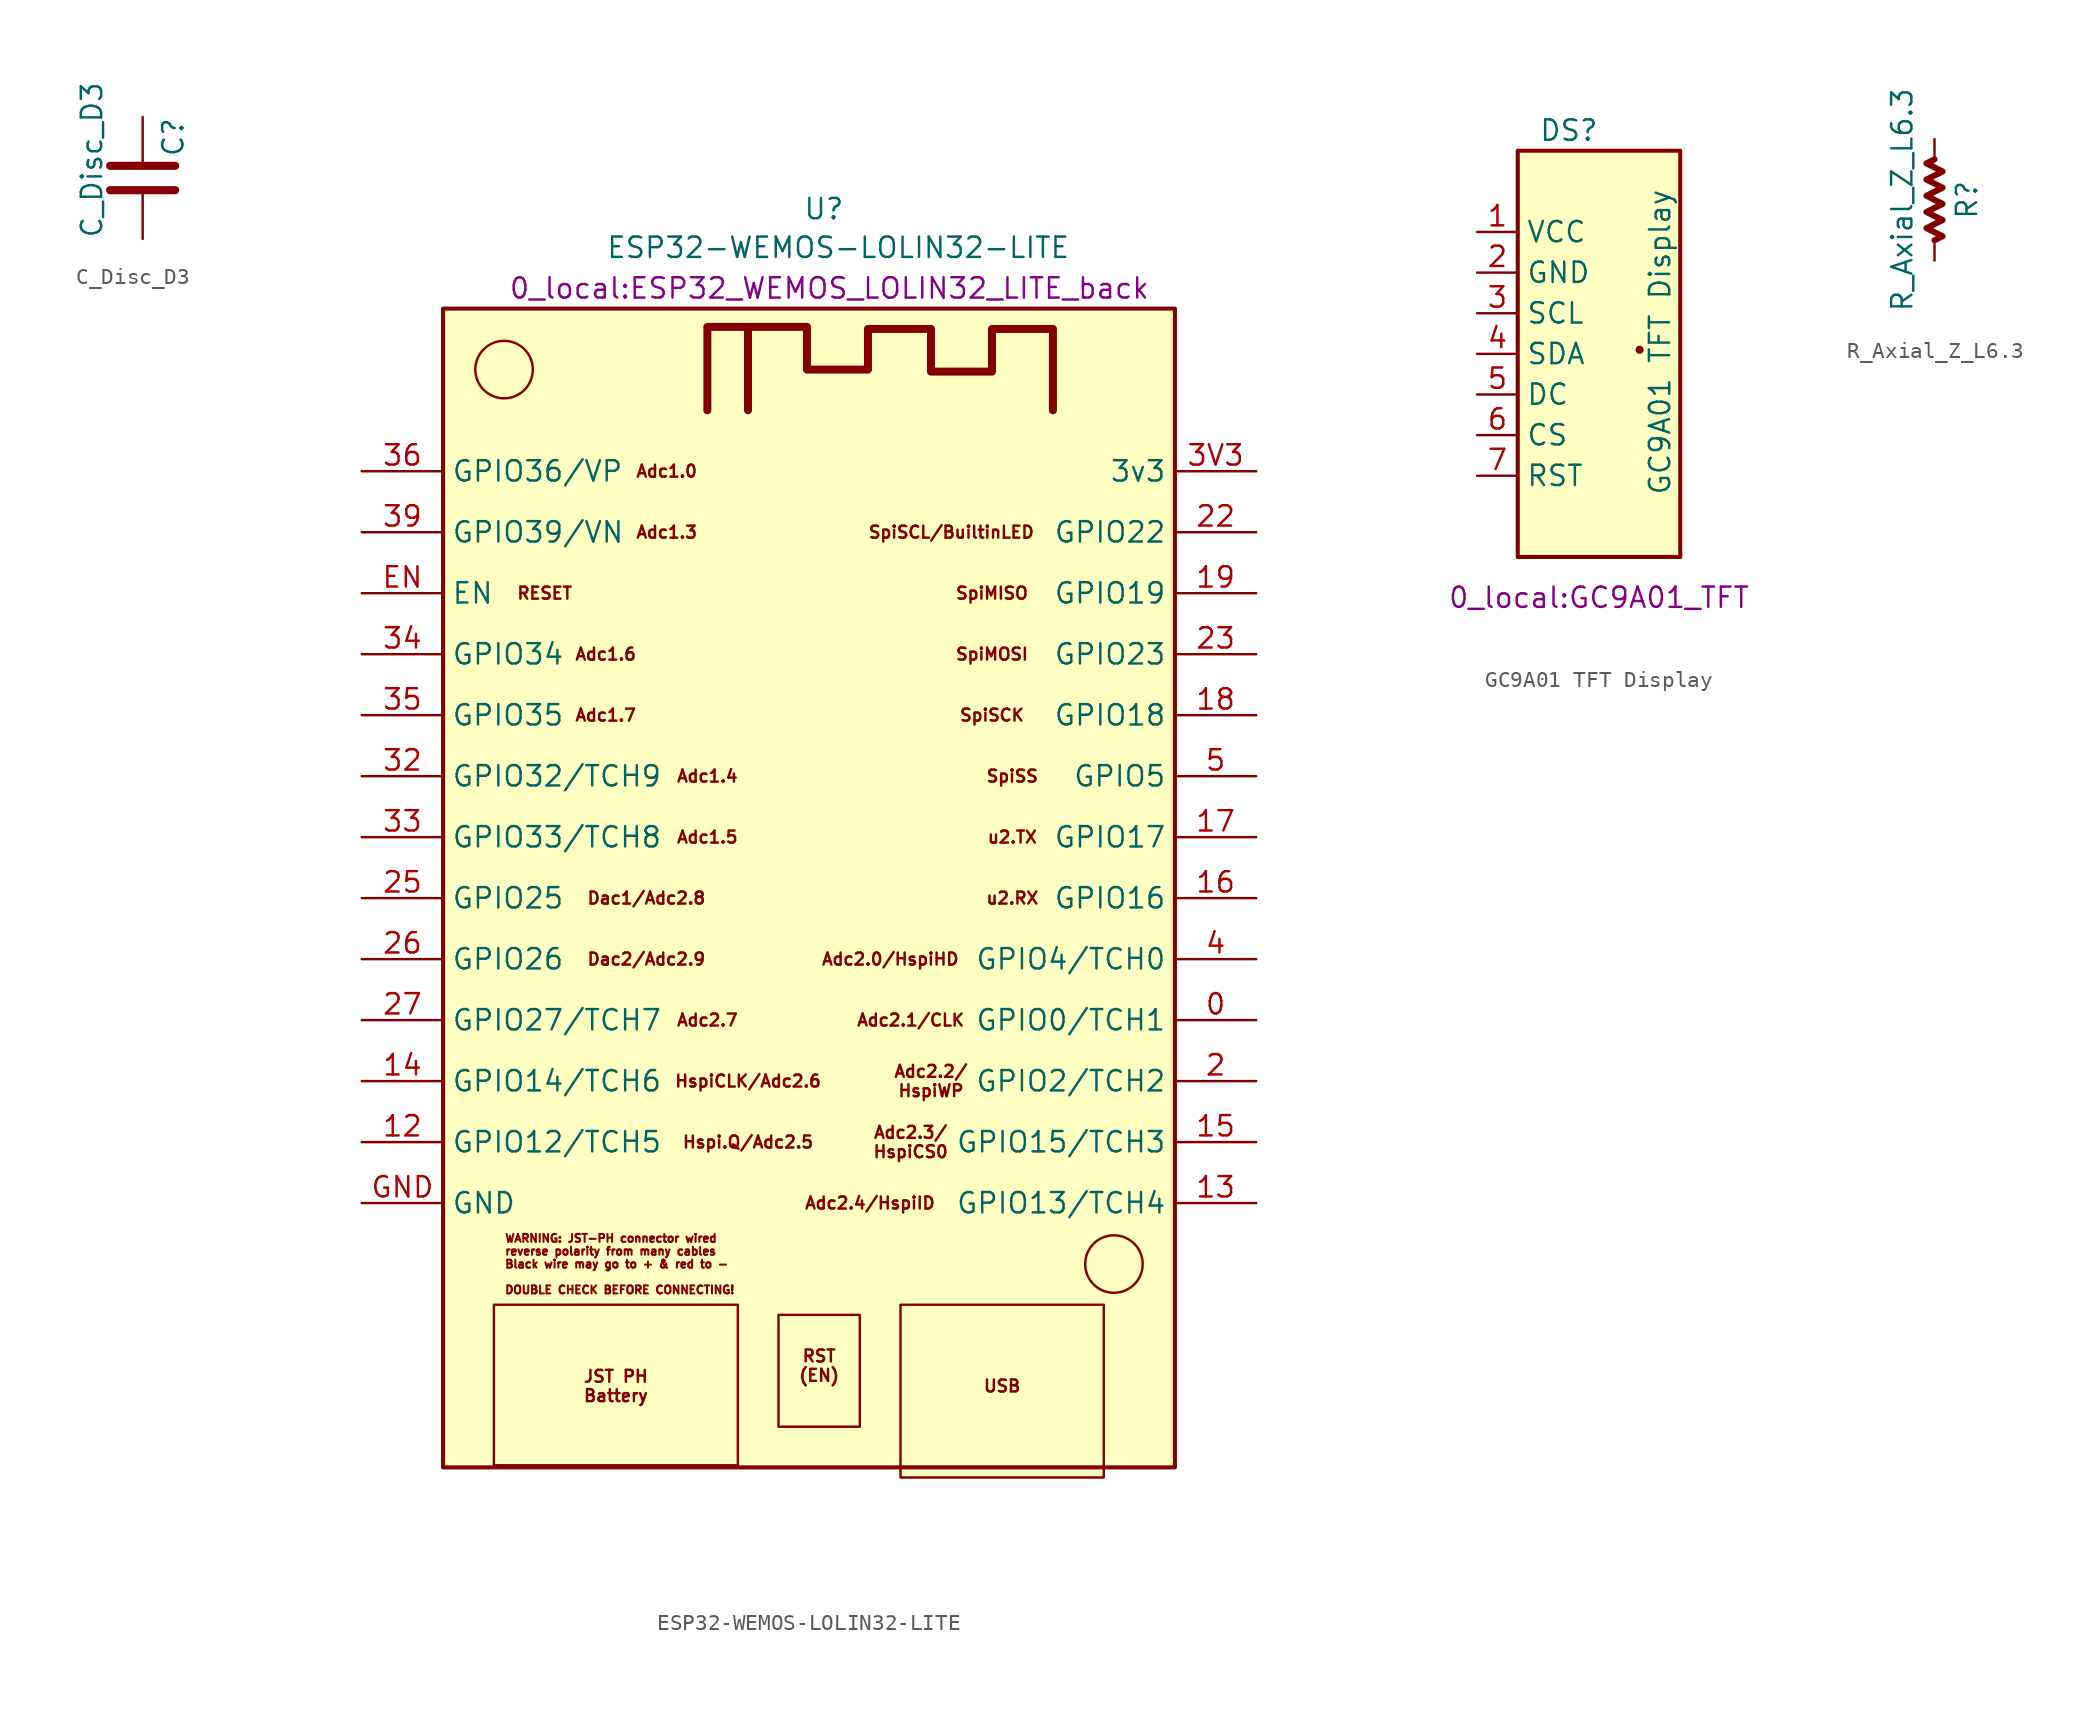
<source format=kicad_sym>
(kicad_symbol_lib
  (version 20220914)
  (generator kicad_symbol_editor)
  (symbol "C_Disc_D3"
    (pin_numbers hide)
    (pin_names
      (offset 0.254))
    (property "Reference" "C"
      (at 1.905 1.27 90)
      (effects (font (size 1.27 1.27)) (justify left)))
    (property "Value" "C_Disc_D3"
      (at -3.175 -3.81 90)
      (effects (font (size 1.27 1.27)) (justify left)))
    (symbol "C_Disc_D3_0_1"
      (polyline (pts (xy -2.032 -0.762) (xy 2.032 -0.762)) (stroke (width 0.508) (type default)) (fill (type none)))
      (polyline (pts (xy -2.032 0.762) (xy 2.032 0.762)) (stroke (width 0.508) (type default)) (fill (type none))))
    (symbol "C_Disc_D3_1_1"
      (pin passive line (at 0 3.81 270) (length 2.794) (name "~" (effects (font (size 1.27 1.27)))) (number "1" (effects (font (size 1.27 1.27)))))
      (pin passive line (at 0 -3.81 90) (length 2.794) (name "~" (effects (font (size 1.27 1.27)))) (number "2" (effects (font (size 1.27 1.27)))))))
  (symbol "ESP32-WEMOS-LOLIN32-LITE"
    (property "Reference" "U"
      (at -0.381 43.053 0)
      (effects (font (size 1.27 1.27)) (justify left)))
    (property "Value" "ESP32-WEMOS-LOLIN32-LITE"
      (at -12.7 40.64 0)
      (effects (font (size 1.27 1.27)) (justify left)))
    (property "Footprint" "0_local:ESP32_WEMOS_LOLIN32_LITE_back"
      (at 1.27 38.1 0)
      (effects (font (size 1.27 1.27))))
    (symbol "ESP32-WEMOS-LOLIN32-LITE_0_0"
      (text "USB" (at 12.065 -30.48 0) (effects (font (size 0.75 0.75)))))
    (symbol "ESP32-WEMOS-LOLIN32-LITE_0_1"
      (rectangle (start -22.86 36.83) (end 22.86 -35.56) (stroke (width 0.254) (type default)) (fill (type background)))
      (rectangle (start -19.685 -25.4) (end -4.445 -35.433) (stroke (width 0.152) (type default)) (fill (type background)))
      (circle (center -19.05 33.02) (radius 1.796) (stroke (width 0) (type default)) (fill (type none)))
      (rectangle (start -1.905 -26.035) (end 3.175 -33.02) (stroke (width 0.152) (type default)) (fill (type background)))
      (polyline (pts (xy 15.24 30.48) (xy 15.24 35.56) (xy 11.43 35.56) (xy 11.43 32.893) (xy 7.62 32.893) (xy 7.62 35.56) (xy 3.683 35.56) (xy 3.683 33.02) (xy -0.127 33.02) (xy -0.127 35.687) (xy -6.35 35.687) (xy -6.35 30.48) (xy -6.35 35.687) (xy -3.81 35.687) (xy -3.81 30.48)) (stroke (width 0.5) (type default)) (fill (type none)))
      (rectangle (start 5.715 -25.4) (end 18.415 -36.195) (stroke (width 0.152) (type default)) (fill (type background)))
      (circle (center 19.05 -22.86) (radius 1.796) (stroke (width 0) (type default)) (fill (type none))))
    (symbol "ESP32-WEMOS-LOLIN32-LITE_1_0"
      (text "Adc1.0" (at -8.89 26.67 0) (effects (font (size 0.75 0.75))))
      (text "Adc1.3" (at -8.89 22.86 0) (effects (font (size 0.75 0.75))))
      (text "Adc1.4" (at -6.35 7.62 0) (effects (font (size 0.75 0.75))))
      (text "Adc1.5" (at -6.35 3.81 0) (effects (font (size 0.75 0.75))))
      (text "Adc1.6" (at -12.7 15.24 0) (effects (font (size 0.75 0.75))))
      (text "Adc1.7" (at -12.7 11.43 0) (effects (font (size 0.75 0.75))))
      (text "Adc2.0/HspiHD" (at 5.08 -3.81 0) (effects (font (size 0.75 0.75))))
      (text "Adc2.1/CLK" (at 6.35 -7.62 0) (effects (font (size 0.75 0.75))))
      (text "Adc2.2/\nHspiWP" (at 7.62 -11.43 0) (effects (font (size 0.75 0.75))))
      (text "Adc2.3/\nHspiCS0" (at 6.35 -15.24 0) (effects (font (size 0.75 0.75))))
      (text "Adc2.4/HspiID" (at 3.81 -19.05 0) (effects (font (size 0.75 0.75))))
      (text "Adc2.7" (at -6.35 -7.62 0) (effects (font (size 0.75 0.75))))
      (text "Dac1/Adc2.8" (at -10.16 0 0) (effects (font (size 0.75 0.75))))
      (text "Dac2/Adc2.9" (at -10.16 -3.81 0) (effects (font (size 0.75 0.75))))
      (text "Hspi.Q/Adc2.5" (at -3.81 -15.24 0) (effects (font (size 0.75 0.75))))
      (text "HspiCLK/Adc2.6" (at -3.81 -11.43 0) (effects (font (size 0.75 0.75))))
      (text "JST PH\nBattery" (at -12.065 -30.48 0) (effects (font (size 0.75 0.75))))
      (text "RESET" (at -16.51 19.05 0) (effects (font (size 0.75 0.75))))
      (text "RST\n(EN)" (at 0.635 -29.21 0) (effects (font (size 0.75 0.75))))
      (text "SpiMISO" (at 11.43 19.05 0) (effects (font (size 0.75 0.75))))
      (text "SpiMOSI" (at 11.43 15.24 0) (effects (font (size 0.75 0.75))))
      (text "SpiSCK" (at 11.43 11.43 0) (effects (font (size 0.75 0.75))))
      (text "SpiSCL/BuiltinLED" (at 8.89 22.86 0) (effects (font (size 0.75 0.75))))
      (text "SpiSS" (at 12.7 7.62 0) (effects (font (size 0.75 0.75))))
      (text "u2.RX" (at 12.7 0 0) (effects (font (size 0.75 0.75))))
      (text "u2.TX" (at 12.7 3.81 0) (effects (font (size 0.75 0.75))))
      (text "WARNING: JST-PH connector wired\nreverse polarity from many cables\nBlack wire may go to + & red to -\n\nDOUBLE CHECK BEFORE CONNECTING!" (at -19.05 -22.86 0) (effects (font (size 0.5 0.5)) (justify left))))
    (symbol "ESP32-WEMOS-LOLIN32-LITE_1_1"
      (pin bidirectional line (at 27.94 -7.62 180) (length 5.08) (name "GPIO0/TCH1" (effects (font (size 1.27 1.27)))) (number "0" (effects (font (size 1.27 1.27)))))
      (pin bidirectional line (at -27.94 -15.24 0) (length 5.08) (name "GPIO12/TCH5" (effects (font (size 1.27 1.27)))) (number "12" (effects (font (size 1.27 1.27)))))
      (pin bidirectional line (at 27.94 -19.05 180) (length 5.08) (name "GPIO13/TCH4" (effects (font (size 1.27 1.27)))) (number "13" (effects (font (size 1.27 1.27)))))
      (pin bidirectional line (at -27.94 -11.43 0) (length 5.08) (name "GPIO14/TCH6" (effects (font (size 1.27 1.27)))) (number "14" (effects (font (size 1.27 1.27)))))
      (pin bidirectional line (at 27.94 -15.24 180) (length 5.08) (name "GPIO15/TCH3" (effects (font (size 1.27 1.27)))) (number "15" (effects (font (size 1.27 1.27)))))
      (pin bidirectional line (at 27.94 0 180) (length 5.08) (name "GPIO16" (effects (font (size 1.27 1.27)))) (number "16" (effects (font (size 1.27 1.27)))))
      (pin bidirectional line (at 27.94 3.81 180) (length 5.08) (name "GPIO17" (effects (font (size 1.27 1.27)))) (number "17" (effects (font (size 1.27 1.27)))))
      (pin bidirectional line (at 27.94 11.43 180) (length 5.08) (name "GPIO18" (effects (font (size 1.27 1.27)))) (number "18" (effects (font (size 1.27 1.27)))))
      (pin bidirectional line (at 27.94 19.05 180) (length 5.08) (name "GPIO19" (effects (font (size 1.27 1.27)))) (number "19" (effects (font (size 1.27 1.27)))))
      (pin bidirectional line (at 27.94 -11.43 180) (length 5.08) (name "GPIO2/TCH2" (effects (font (size 1.27 1.27)))) (number "2" (effects (font (size 1.27 1.27)))))
      (pin bidirectional line (at 27.94 22.86 180) (length 5.08) (name "GPIO22" (effects (font (size 1.27 1.27)))) (number "22" (effects (font (size 1.27 1.27)))))
      (pin bidirectional line (at 27.94 15.24 180) (length 5.08) (name "GPIO23" (effects (font (size 1.27 1.27)))) (number "23" (effects (font (size 1.27 1.27)))))
      (pin bidirectional line (at -27.94 0 0) (length 5.08) (name "GPIO25" (effects (font (size 1.27 1.27)))) (number "25" (effects (font (size 1.27 1.27)))))
      (pin bidirectional line (at -27.94 -3.81 0) (length 5.08) (name "GPIO26" (effects (font (size 1.27 1.27)))) (number "26" (effects (font (size 1.27 1.27)))))
      (pin bidirectional line (at -27.94 -7.62 0) (length 5.08) (name "GPIO27/TCH7" (effects (font (size 1.27 1.27)))) (number "27" (effects (font (size 1.27 1.27)))))
      (pin bidirectional line (at -27.94 7.62 0) (length 5.08) (name "GPIO32/TCH9" (effects (font (size 1.27 1.27)))) (number "32" (effects (font (size 1.27 1.27)))))
      (pin bidirectional line (at -27.94 3.81 0) (length 5.08) (name "GPIO33/TCH8" (effects (font (size 1.27 1.27)))) (number "33" (effects (font (size 1.27 1.27)))))
      (pin input line (at -27.94 15.24 0) (length 5.08) (name "GPIO34" (effects (font (size 1.27 1.27)))) (number "34" (effects (font (size 1.27 1.27)))))
      (pin input line (at -27.94 11.43 0) (length 5.08) (name "GPIO35" (effects (font (size 1.27 1.27)))) (number "35" (effects (font (size 1.27 1.27)))))
      (pin input line (at -27.94 26.67 0) (length 5.08) (name "GPIO36/VP" (effects (font (size 1.27 1.27)))) (number "36" (effects (font (size 1.27 1.27)))))
      (pin input line (at -27.94 22.86 0) (length 5.08) (name "GPIO39/VN" (effects (font (size 1.27 1.27)))) (number "39" (effects (font (size 1.27 1.27)))))
      (pin bidirectional line (at 27.94 26.67 180) (length 5.08) (name "3v3" (effects (font (size 1.27 1.27)))) (number "3V3" (effects (font (size 1.27 1.27)))))
      (pin bidirectional line (at 27.94 -3.81 180) (length 5.08) (name "GPIO4/TCH0" (effects (font (size 1.27 1.27)))) (number "4" (effects (font (size 1.27 1.27)))))
      (pin bidirectional line (at 27.94 7.62 180) (length 5.08) (name "GPIO5" (effects (font (size 1.27 1.27)))) (number "5" (effects (font (size 1.27 1.27)))))
      (pin input line (at -27.94 19.05 0) (length 5.08) (name "EN" (effects (font (size 1.27 1.27)))) (number "EN" (effects (font (size 1.27 1.27)))))
      (pin bidirectional line (at -27.94 -19.05 0) (length 5.08) (name "GND" (effects (font (size 1.27 1.27)))) (number "GND" (effects (font (size 1.27 1.27)))))))
  (symbol "GC9A01 TFT Display"
    (property "Reference" "DS"
      (at 0 13.97 0)
      (effects (font (size 1.27 1.27)) (justify right)))
    (property "Value" "GC9A01 TFT Display"
      (at 3.81 -8.89 90)
      (effects (font (size 1.27 1.27)) (justify left)))
    (property "Footprint" "0_local:GC9A01_TFT"
      (at 0 -15.24 0)
      (effects (font (size 1.27 1.27))))
    (symbol "GC9A01 TFT Display_0_1"
      (rectangle (start -5.08 12.7) (end 5.08 -12.7) (stroke (width 0.254) (type default)) (fill (type background)))
      (polyline (pts (xy 2.54 0.254) (xy 2.54 0.254)) (stroke (width 0.508) (type default)) (fill (type none))))
    (symbol "GC9A01 TFT Display_1_1"
      (pin power_in line (at -7.62 7.62 0) (length 2.54) (name "VCC" (effects (font (size 1.27 1.27)))) (number "1" (effects (font (size 1.27 1.27)))))
      (pin power_in line (at -7.62 5.08 0) (length 2.54) (name "GND" (effects (font (size 1.27 1.27)))) (number "2" (effects (font (size 1.27 1.27)))))
      (pin input line (at -7.62 2.54 0) (length 2.54) (name "SCL" (effects (font (size 1.27 1.27)))) (number "3" (effects (font (size 1.27 1.27)))))
      (pin input line (at -7.62 0 0) (length 2.54) (name "SDA" (effects (font (size 1.27 1.27)))) (number "4" (effects (font (size 1.27 1.27)))))
      (pin input line (at -7.62 -2.54 0) (length 2.54) (name "DC" (effects (font (size 1.27 1.27)))) (number "5" (effects (font (size 1.27 1.27)))))
      (pin input line (at -7.62 -5.08 0) (length 2.54) (name "CS" (effects (font (size 1.27 1.27)))) (number "6" (effects (font (size 1.27 1.27)))))
      (pin input line (at -7.62 -7.62 0) (length 2.54) (name "RST" (effects (font (size 1.27 1.27)))) (number "7" (effects (font (size 1.27 1.27)))))))
  (symbol "R_Axial_Z_L6.3"
    (pin_numbers hide)
    (pin_names
      (offset 0))
    (property "Reference" "R"
      (at 2.032 0 90)
      (effects (font (size 1.27 1.27))))
    (property "Value" "R_Axial_Z_L6.3"
      (at -2.032 0 90)
      (effects (font (size 1.27 1.27))))
    (symbol "R_Axial_Z_L6.3_0_1"
      (polyline (pts (xy 0 2.54) (xy -0.508 2.286) (xy 0.508 1.778) (xy -0.508 1.27) (xy 0.508 0.762) (xy -0.508 0.254) (xy 0.508 -0.254) (xy -0.508 -0.762) (xy 0.508 -1.27) (xy -0.508 -1.778) (xy 0.508 -2.286) (xy 0 -2.54)) (stroke (width 0.381) (type default)) (fill (type none))))
    (symbol "R_Axial_Z_L6.3_1_1"
      (pin passive line (at 0 3.81 270) (length 1.27) (name "~" (effects (font (size 1.27 1.27)))) (number "1" (effects (font (size 1.27 1.27)))))
      (pin passive line (at 0 -3.81 90) (length 1.27) (name "~" (effects (font (size 1.27 1.27)))) (number "2" (effects (font (size 1.27 1.27))))))))
</source>
